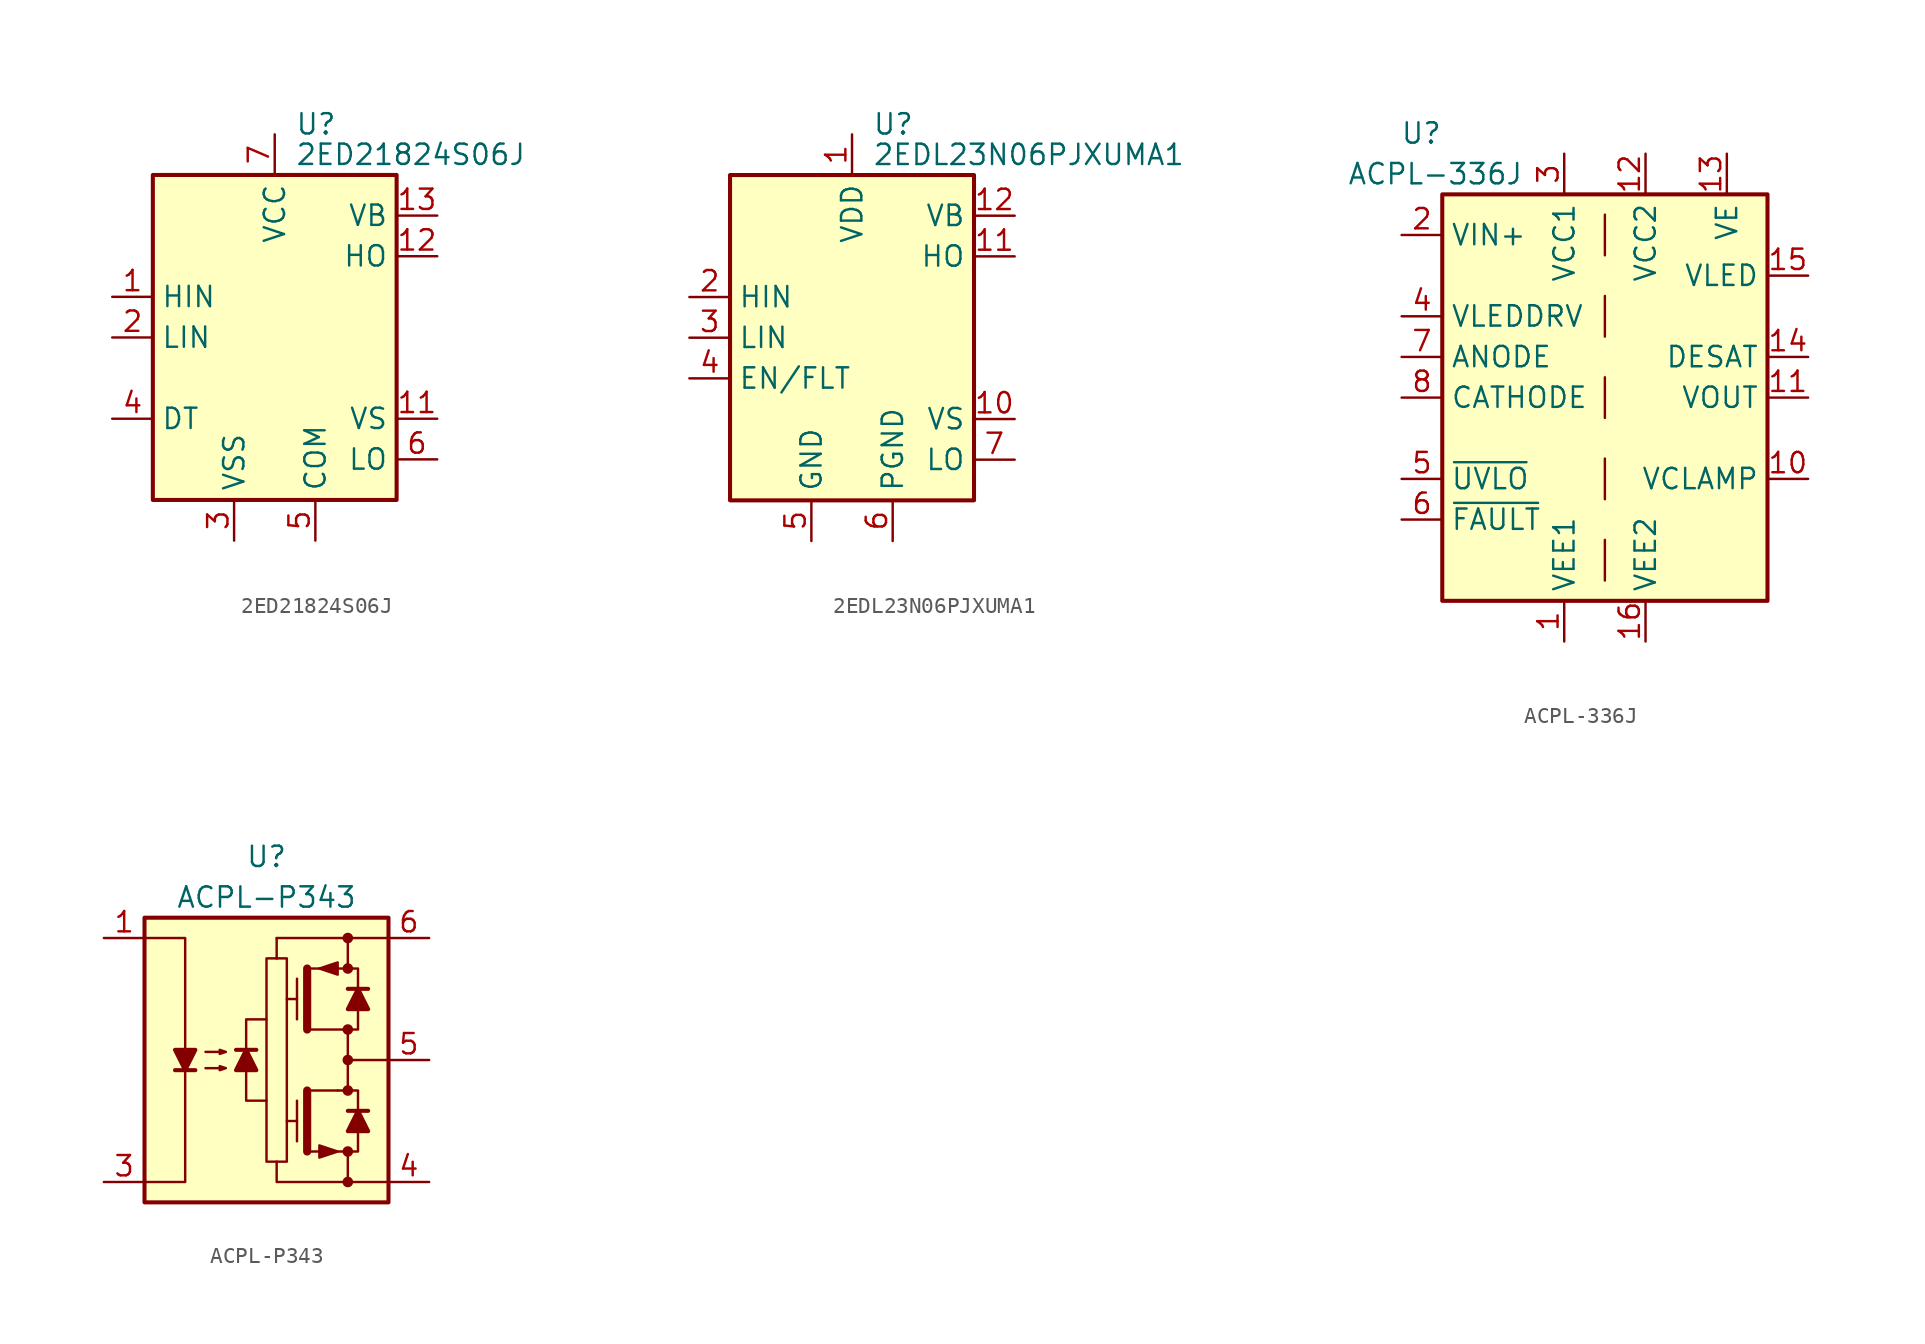
<source format=kicad_sym>
(kicad_symbol_lib
  (version 20201005)
  (generator kicad_symbol_editor)
  (symbol "2ED21824S06J"
    (property "Reference" "U"
      (at 1.27 13.335 0)
      (effects (font (size 1.27 1.27)) (justify left)))
    (property "Value" "2ED21824S06J"
      (at 1.27 11.43 0)
      (effects (font (size 1.27 1.27)) (justify left)))
    (symbol "2ED21824S06J_0_1"
      (rectangle (start -7.62 -10.16) (end 7.62 10.16) (stroke (width 0.254)) (fill (type background))))
    (symbol "2ED21824S06J_1_1"
      (pin input line (at -10.16 2.54 0) (length 2.54) (name "HIN" (effects (font (size 1.27 1.27)))) (number "1" (effects (font (size 1.27 1.27)))))
      (pin no_connect line (at 7.62 -2.54 180) (length 2.54) hide (name "NC" (effects (font (size 1.27 1.27)))) (number "10" (effects (font (size 1.27 1.27)))))
      (pin passive line (at 10.16 -5.08 180) (length 2.54) (name "VS" (effects (font (size 1.27 1.27)))) (number "11" (effects (font (size 1.27 1.27)))))
      (pin output line (at 10.16 5.08 180) (length 2.54) (name "HO" (effects (font (size 1.27 1.27)))) (number "12" (effects (font (size 1.27 1.27)))))
      (pin passive line (at 10.16 7.62 180) (length 2.54) (name "VB" (effects (font (size 1.27 1.27)))) (number "13" (effects (font (size 1.27 1.27)))))
      (pin no_connect line (at 7.62 2.54 180) (length 2.54) hide (name "NC" (effects (font (size 1.27 1.27)))) (number "14" (effects (font (size 1.27 1.27)))))
      (pin input line (at -10.16 0 0) (length 2.54) (name "LIN" (effects (font (size 1.27 1.27)))) (number "2" (effects (font (size 1.27 1.27)))))
      (pin power_in line (at -2.54 -12.7 90) (length 2.54) (name "VSS" (effects (font (size 1.27 1.27)))) (number "3" (effects (font (size 1.27 1.27)))))
      (pin passive line (at -10.16 -5.08 0) (length 2.54) (name "DT" (effects (font (size 1.27 1.27)))) (number "4" (effects (font (size 1.27 1.27)))))
      (pin power_in line (at 2.54 -12.7 90) (length 2.54) (name "COM" (effects (font (size 1.27 1.27)))) (number "5" (effects (font (size 1.27 1.27)))))
      (pin output line (at 10.16 -7.62 180) (length 2.54) (name "LO" (effects (font (size 1.27 1.27)))) (number "6" (effects (font (size 1.27 1.27)))))
      (pin power_in line (at 0 12.7 270) (length 2.54) (name "VCC" (effects (font (size 1.27 1.27)))) (number "7" (effects (font (size 1.27 1.27)))))
      (pin no_connect line (at -7.62 5.08 0) (length 2.54) hide (name "NC" (effects (font (size 1.27 1.27)))) (number "8" (effects (font (size 1.27 1.27)))))
      (pin no_connect line (at -7.62 -2.54 0) (length 2.54) hide (name "NC" (effects (font (size 1.27 1.27)))) (number "9" (effects (font (size 1.27 1.27)))))))
  (symbol "2EDL23N06PJXUMA1"
    (property "Reference" "U"
      (at 1.27 13.335 0)
      (effects (font (size 1.27 1.27)) (justify left)))
    (property "Value" "2EDL23N06PJXUMA1"
      (at 1.27 11.43 0)
      (effects (font (size 1.27 1.27)) (justify left)))
    (symbol "2EDL23N06PJXUMA1_0_1"
      (rectangle (start -7.62 -10.16) (end 7.62 10.16) (stroke (width 0.254)) (fill (type background))))
    (symbol "2EDL23N06PJXUMA1_1_1"
      (pin power_in line (at 0 12.7 270) (length 2.54) (name "VDD" (effects (font (size 1.27 1.27)))) (number "1" (effects (font (size 1.27 1.27)))))
      (pin passive line (at 10.16 -5.08 180) (length 2.54) (name "VS" (effects (font (size 1.27 1.27)))) (number "10" (effects (font (size 1.27 1.27)))))
      (pin output line (at 10.16 5.08 180) (length 2.54) (name "HO" (effects (font (size 1.27 1.27)))) (number "11" (effects (font (size 1.27 1.27)))))
      (pin passive line (at 10.16 7.62 180) (length 2.54) (name "VB" (effects (font (size 1.27 1.27)))) (number "12" (effects (font (size 1.27 1.27)))))
      (pin no_connect line (at 7.62 0 180) (length 2.54) hide (name "NC" (effects (font (size 1.27 1.27)))) (number "13" (effects (font (size 1.27 1.27)))))
      (pin no_connect line (at 7.62 2.54 180) (length 2.54) hide (name "NC" (effects (font (size 1.27 1.27)))) (number "14" (effects (font (size 1.27 1.27)))))
      (pin input line (at -10.16 2.54 0) (length 2.54) (name "HIN" (effects (font (size 1.27 1.27)))) (number "2" (effects (font (size 1.27 1.27)))))
      (pin input line (at -10.16 0 0) (length 2.54) (name "LIN" (effects (font (size 1.27 1.27)))) (number "3" (effects (font (size 1.27 1.27)))))
      (pin open_collector line (at -10.16 -2.54 0) (length 2.54) (name "EN/FLT" (effects (font (size 1.27 1.27)))) (number "4" (effects (font (size 1.27 1.27)))))
      (pin power_in line (at -2.54 -12.7 90) (length 2.54) (name "GND" (effects (font (size 1.27 1.27)))) (number "5" (effects (font (size 1.27 1.27)))))
      (pin power_in line (at 2.54 -12.7 90) (length 2.54) (name "PGND" (effects (font (size 1.27 1.27)))) (number "6" (effects (font (size 1.27 1.27)))))
      (pin output line (at 10.16 -7.62 180) (length 2.54) (name "LO" (effects (font (size 1.27 1.27)))) (number "7" (effects (font (size 1.27 1.27)))))
      (pin no_connect line (at -7.62 5.08 0) (length 2.54) hide (name "NC" (effects (font (size 1.27 1.27)))) (number "8" (effects (font (size 1.27 1.27)))))
      (pin no_connect line (at -7.62 -5.08 0) (length 2.54) hide (name "NC" (effects (font (size 1.27 1.27)))) (number "9" (effects (font (size 1.27 1.27)))))))
  (symbol "ACPL-336J"
    (property "Reference" "U"
      (at -10.16 16.51 0)
      (effects (font (size 1.27 1.27)) (justify right)))
    (property "Value" "ACPL-336J"
      (at -5.08 13.97 0)
      (effects (font (size 1.27 1.27)) (justify right)))
    (symbol "ACPL-336J_0_1"
      (rectangle (start -10.16 12.7) (end 10.16 -12.7) (stroke (width 0.254)) (fill (type background)))
      (polyline (pts (xy 0 -11.43) (xy 0 -8.89)) (stroke (width 0)) (fill (type none)))
      (polyline (pts (xy 0 -6.35) (xy 0 -3.81)) (stroke (width 0)) (fill (type none)))
      (polyline (pts (xy 0 -1.27) (xy 0 1.27)) (stroke (width 0)) (fill (type none)))
      (polyline (pts (xy 0 3.81) (xy 0 6.35)) (stroke (width 0)) (fill (type none)))
      (polyline (pts (xy 0 8.89) (xy 0 11.43)) (stroke (width 0)) (fill (type none))))
    (symbol "ACPL-336J_1_1"
      (pin power_in line (at -2.54 -15.24 90) (length 2.54) (name "VEE1" (effects (font (size 1.27 1.27)))) (number "1" (effects (font (size 1.27 1.27)))))
      (pin bidirectional line (at 12.7 -5.08 180) (length 2.54) (name "VCLAMP" (effects (font (size 1.27 1.27)))) (number "10" (effects (font (size 1.27 1.27)))))
      (pin output line (at 12.7 0 180) (length 2.54) (name "VOUT" (effects (font (size 1.27 1.27)))) (number "11" (effects (font (size 1.27 1.27)))))
      (pin power_in line (at 2.54 15.24 270) (length 2.54) (name "VCC2" (effects (font (size 1.27 1.27)))) (number "12" (effects (font (size 1.27 1.27)))))
      (pin power_in line (at 7.62 15.24 270) (length 2.54) (name "VE" (effects (font (size 1.27 1.27)))) (number "13" (effects (font (size 1.27 1.27)))))
      (pin bidirectional line (at 12.7 2.54 180) (length 2.54) (name "DESAT" (effects (font (size 1.27 1.27)))) (number "14" (effects (font (size 1.27 1.27)))))
      (pin output line (at 12.7 7.62 180) (length 2.54) (name "VLED" (effects (font (size 1.27 1.27)))) (number "15" (effects (font (size 1.27 1.27)))))
      (pin power_in line (at 2.54 -15.24 90) (length 2.54) (name "VEE2" (effects (font (size 1.27 1.27)))) (number "16" (effects (font (size 1.27 1.27)))))
      (pin input line (at -12.7 10.16 0) (length 2.54) (name "VIN+" (effects (font (size 1.27 1.27)))) (number "2" (effects (font (size 1.27 1.27)))))
      (pin power_in line (at -2.54 15.24 270) (length 2.54) (name "VCC1" (effects (font (size 1.27 1.27)))) (number "3" (effects (font (size 1.27 1.27)))))
      (pin output line (at -12.7 5.08 0) (length 2.54) (name "VLEDDRV" (effects (font (size 1.27 1.27)))) (number "4" (effects (font (size 1.27 1.27)))))
      (pin open_collector line (at -12.7 -5.08 0) (length 2.54) (name "~UVLO" (effects (font (size 1.27 1.27)))) (number "5" (effects (font (size 1.27 1.27)))))
      (pin open_collector line (at -12.7 -7.62 0) (length 2.54) (name "~FAULT" (effects (font (size 1.27 1.27)))) (number "6" (effects (font (size 1.27 1.27)))))
      (pin passive line (at -12.7 2.54 0) (length 2.54) (name "ANODE" (effects (font (size 1.27 1.27)))) (number "7" (effects (font (size 1.27 1.27)))))
      (pin passive line (at -12.7 0 0) (length 2.54) (name "CATHODE" (effects (font (size 1.27 1.27)))) (number "8" (effects (font (size 1.27 1.27)))))
      (pin passive line (at 2.54 -15.24 90) (length 2.54) hide (name "VEE2" (effects (font (size 1.27 1.27)))) (number "9" (effects (font (size 1.27 1.27)))))))
  (symbol "ACPL-P343"
    (pin_names hide)
    (property "Reference" "U"
      (at 0 12.7 0)
      (effects (font (size 1.27 1.27))))
    (property "Value" "ACPL-P343"
      (at 0 10.16 0)
      (effects (font (size 1.27 1.27))))
    (symbol "ACPL-P343_0_1"
      (circle (center 5.08 -7.62) (radius 0.254) (stroke (width 0)) (fill (type outline)))
      (circle (center 5.08 -5.715) (radius 0.254) (stroke (width 0)) (fill (type outline)))
      (circle (center 5.08 -1.905) (radius 0.254) (stroke (width 0)) (fill (type outline)))
      (circle (center 5.08 0) (radius 0.254) (stroke (width 0)) (fill (type outline)))
      (circle (center 5.08 1.905) (radius 0.254) (stroke (width 0)) (fill (type outline)))
      (circle (center 5.08 5.715) (radius 0.254) (stroke (width 0)) (fill (type outline)))
      (circle (center 5.08 7.62) (radius 0.254) (stroke (width 0)) (fill (type outline)))
      (rectangle (start 0.635 6.35) (end 0.635 6.35) (stroke (width 0)) (fill (type none)))
      (rectangle (start 0.635 6.35) (end 0.635 7.62) (stroke (width 0)) (fill (type none)))
      (rectangle (start -7.62 8.89) (end 7.62 -8.89) (stroke (width 0.254)) (fill (type background)))
      (polyline (pts (xy -5.715 -0.635) (xy -4.445 -0.635)) (stroke (width 0.254)) (fill (type none)))
      (polyline (pts (xy -0.635 0.635) (xy -1.905 0.635)) (stroke (width 0.254)) (fill (type none)))
      (polyline (pts (xy 1.27 -3.81) (xy 1.905 -3.81)) (stroke (width 0)) (fill (type none)))
      (polyline (pts (xy 1.27 3.81) (xy 1.905 3.81)) (stroke (width 0)) (fill (type none)))
      (polyline (pts (xy 1.905 -5.08) (xy 1.905 -2.54)) (stroke (width 0)) (fill (type none)))
      (polyline (pts (xy 1.905 2.54) (xy 1.905 5.08)) (stroke (width 0)) (fill (type none)))
      (polyline (pts (xy 2.54 -5.715) (xy 2.54 -1.905)) (stroke (width 0.508)) (fill (type none)))
      (polyline (pts (xy 2.54 1.905) (xy 2.54 5.715)) (stroke (width 0.508)) (fill (type none)))
      (polyline (pts (xy 4.445 -1.905) (xy 2.54 -1.905)) (stroke (width 0)) (fill (type none)))
      (polyline (pts (xy 4.445 5.715) (xy 2.54 5.715)) (stroke (width 0)) (fill (type none)))
      (polyline (pts (xy 5.08 -5.715) (xy 5.08 -7.62)) (stroke (width 0)) (fill (type none)))
      (polyline (pts (xy 5.08 0) (xy 7.62 0)) (stroke (width 0)) (fill (type none)))
      (polyline (pts (xy 5.08 1.905) (xy 5.08 -1.905)) (stroke (width 0)) (fill (type none)))
      (polyline (pts (xy 5.08 7.62) (xy 5.08 5.715)) (stroke (width 0)) (fill (type none)))
      (polyline (pts (xy 6.35 -3.175) (xy 5.08 -3.175)) (stroke (width 0.254)) (fill (type none)))
      (polyline (pts (xy 6.35 4.445) (xy 5.08 4.445)) (stroke (width 0.254)) (fill (type none)))
      (polyline (pts (xy 7.62 7.62) (xy 0.635 7.62)) (stroke (width 0)) (fill (type none)))
      (polyline (pts (xy -1.27 -0.635) (xy -1.27 -2.54) (xy 0 -2.54)) (stroke (width 0)) (fill (type none)))
      (polyline (pts (xy -1.27 0.635) (xy -1.27 2.54) (xy 0 2.54)) (stroke (width 0)) (fill (type none)))
      (polyline (pts (xy 0.635 -6.35) (xy 0.635 -7.62) (xy 7.62 -7.62)) (stroke (width 0)) (fill (type none)))
      (polyline (pts (xy 4.445 -1.905) (xy 5.715 -1.905) (xy 5.715 -3.175)) (stroke (width 0)) (fill (type none)))
      (polyline (pts (xy 4.445 5.715) (xy 5.715 5.715) (xy 5.715 4.445)) (stroke (width 0)) (fill (type none)))
      (polyline (pts (xy 5.715 -4.445) (xy 5.715 -5.715) (xy 2.54 -5.715)) (stroke (width 0)) (fill (type none)))
      (polyline (pts (xy 5.715 3.175) (xy 5.715 1.905) (xy 2.54 1.905)) (stroke (width 0)) (fill (type none)))
      (polyline (pts (xy -7.62 7.62) (xy -5.08 7.62) (xy -5.08 -7.62) (xy -7.62 -7.62)) (stroke (width 0)) (fill (type none)))
      (polyline (pts (xy -3.81 -0.508) (xy -2.54 -0.508) (xy -2.921 -0.635) (xy -2.921 -0.381) (xy -2.54 -0.508)) (stroke (width 0)) (fill (type none)))
      (polyline (pts (xy -3.81 0.508) (xy -2.54 0.508) (xy -2.921 0.381) (xy -2.921 0.635) (xy -2.54 0.508)) (stroke (width 0)) (fill (type none)))
      (polyline (pts (xy 1.27 6.35) (xy 1.27 -6.35) (xy 0 -6.35) (xy 0 6.35) (xy 1.27 6.35)) (stroke (width 0)) (fill (type none)))
      (polyline (pts (xy -5.08 -0.635) (xy -5.715 0.635) (xy -4.445 0.635) (xy -5.08 -0.635)) (stroke (width 0.254)) (fill (type outline)))
      (polyline (pts (xy -1.27 0.635) (xy -0.635 -0.635) (xy -1.905 -0.635) (xy -1.27 0.635)) (stroke (width 0.254)) (fill (type outline)))
      (polyline (pts (xy 3.302 5.715) (xy 4.445 6.096) (xy 4.445 5.334) (xy 3.302 5.715)) (stroke (width 0)) (fill (type outline)))
      (polyline (pts (xy 4.445 -5.715) (xy 3.302 -5.334) (xy 3.302 -6.096) (xy 4.445 -5.715)) (stroke (width 0)) (fill (type outline)))
      (polyline (pts (xy 5.715 -3.175) (xy 6.35 -4.445) (xy 5.08 -4.445) (xy 5.715 -3.175)) (stroke (width 0.254)) (fill (type outline)))
      (polyline (pts (xy 5.715 4.445) (xy 6.35 3.175) (xy 5.08 3.175) (xy 5.715 4.445)) (stroke (width 0.254)) (fill (type outline))))
    (symbol "ACPL-P343_1_1"
      (pin passive line (at -10.16 7.62 0) (length 2.54) (name "A" (effects (font (size 1.27 1.27)))) (number "1" (effects (font (size 1.27 1.27)))))
      (pin no_connect line (at -7.62 0 0) (length 2.54) hide (name "NC" (effects (font (size 1.27 1.27)))) (number "2" (effects (font (size 1.27 1.27)))))
      (pin passive line (at -10.16 -7.62 0) (length 2.54) (name "C" (effects (font (size 1.27 1.27)))) (number "3" (effects (font (size 1.27 1.27)))))
      (pin power_in line (at 10.16 -7.62 180) (length 2.54) (name "VEE" (effects (font (size 1.27 1.27)))) (number "4" (effects (font (size 1.27 1.27)))))
      (pin output line (at 10.16 0 180) (length 2.54) (name "VO" (effects (font (size 1.27 1.27)))) (number "5" (effects (font (size 1.27 1.27)))))
      (pin power_in line (at 10.16 7.62 180) (length 2.54) (name "VCC" (effects (font (size 1.27 1.27)))) (number "6" (effects (font (size 1.27 1.27))))))))
</source>
